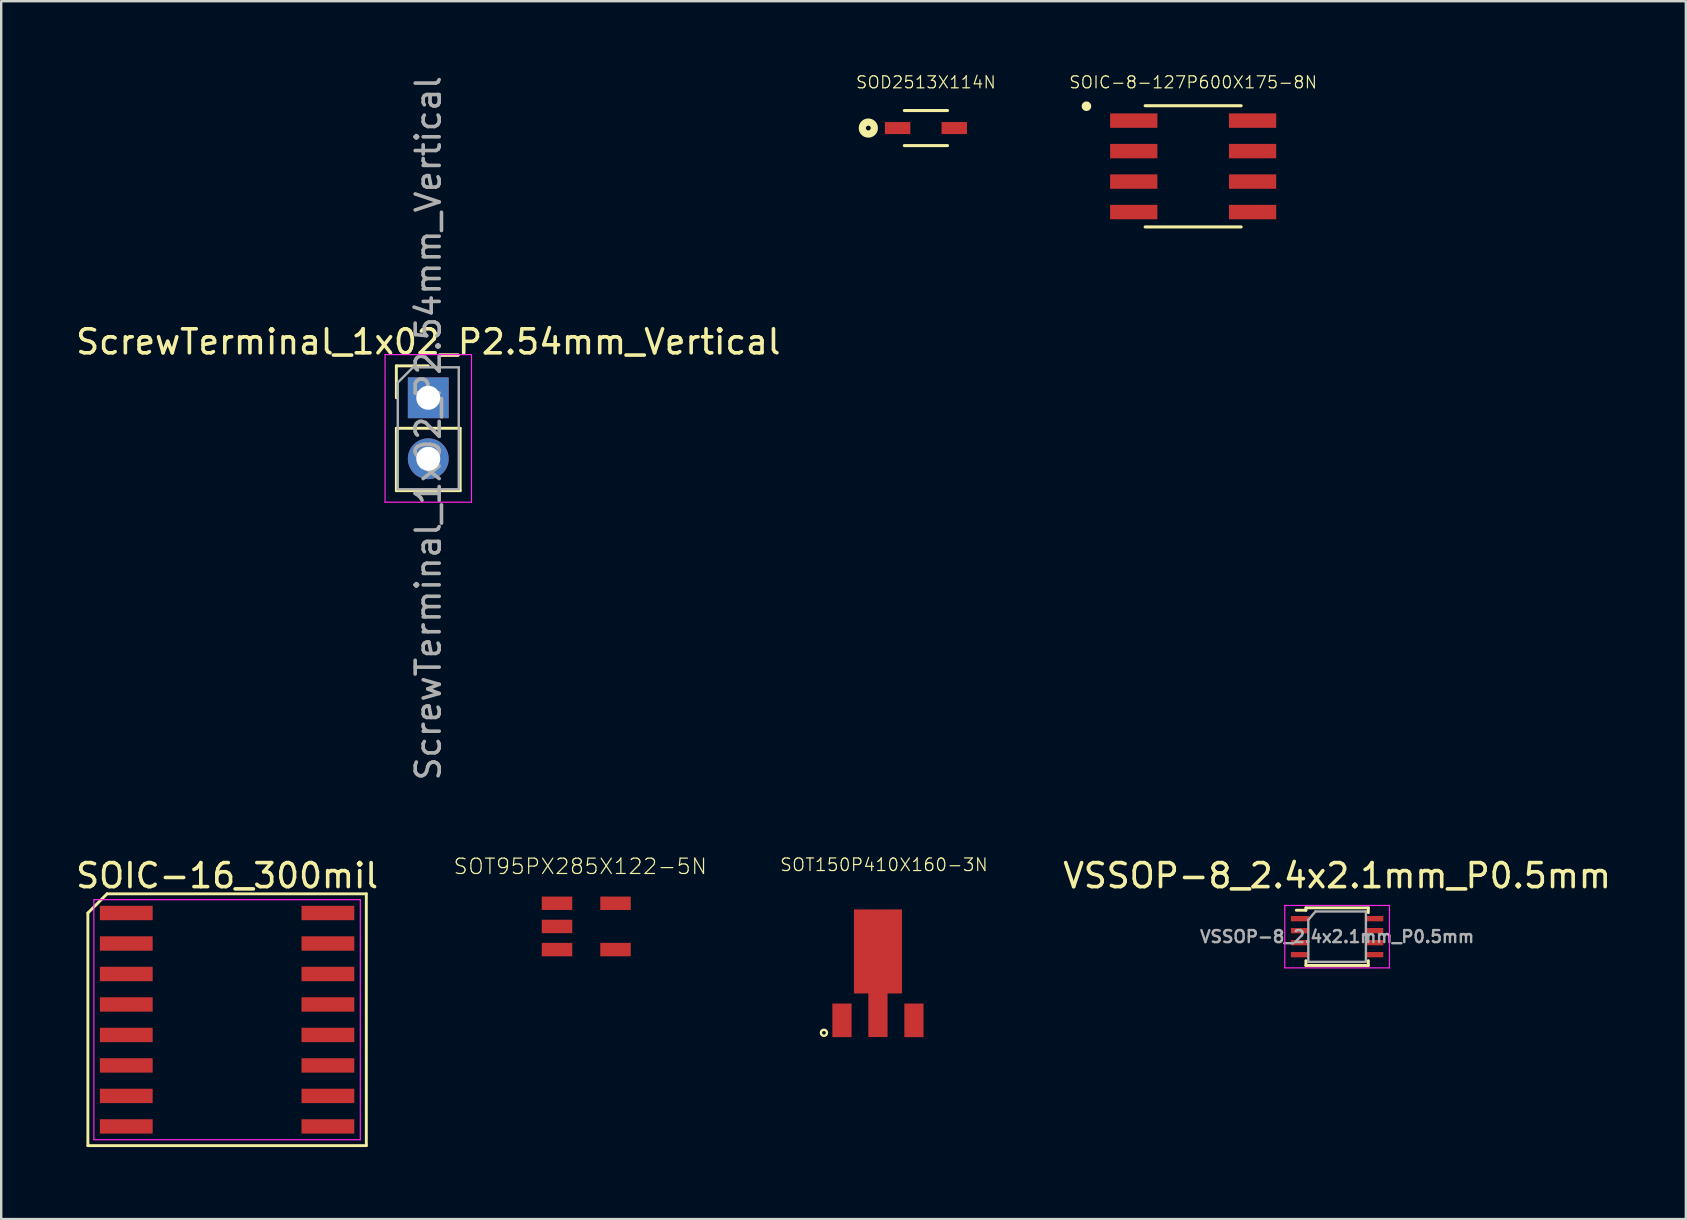
<source format=kicad_pcb>
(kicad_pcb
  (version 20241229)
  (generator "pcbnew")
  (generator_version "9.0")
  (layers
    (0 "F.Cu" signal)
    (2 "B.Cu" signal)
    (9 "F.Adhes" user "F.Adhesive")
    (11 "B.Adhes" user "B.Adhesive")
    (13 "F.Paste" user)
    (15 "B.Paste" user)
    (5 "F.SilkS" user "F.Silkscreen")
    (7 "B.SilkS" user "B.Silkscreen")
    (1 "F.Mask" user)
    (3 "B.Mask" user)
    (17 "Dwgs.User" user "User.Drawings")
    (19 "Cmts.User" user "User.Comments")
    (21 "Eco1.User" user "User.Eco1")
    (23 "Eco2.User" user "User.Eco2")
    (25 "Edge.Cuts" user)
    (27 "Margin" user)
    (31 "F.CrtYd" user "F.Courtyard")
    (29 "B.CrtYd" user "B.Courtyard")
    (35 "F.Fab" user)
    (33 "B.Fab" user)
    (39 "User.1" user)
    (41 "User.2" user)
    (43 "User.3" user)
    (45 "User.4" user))
  (footprint "SOT150P410X160-3N"
    (layer "F.Cu")
    (at 33.526 37.477)
    (property "Reference" "SOT150P410X160-3N" (at 0.25 -4.5 0) (layer "F.SilkS") (effects (font (size 0.524 0.524) (thickness 0.05))))
    (attr smd)
    (fp_circle (center -2.25 2.5) (end -2.123 2.5) (stroke (width 0.1) (type solid)) (fill no) (layer "F.SilkS"))
    (fp_line (start -2.75 -3) (end 2.75 -3) (stroke (width 0.127) (type solid)) (layer "Eco1.User"))
    (fp_line (start -2.75 3) (end -2.75 -3) (stroke (width 0.127) (type solid)) (layer "Eco1.User"))
    (fp_line (start 2.75 -3) (end 2.75 3) (stroke (width 0.127) (type solid)) (layer "Eco1.User"))
    (fp_line (start 2.75 3) (end -2.75 3) (stroke (width 0.127) (type solid)) (layer "Eco1.User"))
    (fp_line (start -0.787 -1.575) (end -0.356 -2.007) (stroke (width 0.203) (type solid)) (layer "Eco2.User"))
    (fp_line (start -0.787 -1.295) (end -0.787 -1.575) (stroke (width 0.203) (type solid)) (layer "Eco2.User"))
    (fp_line (start -0.356 -2.007) (end 0.356 -2.007) (stroke (width 0.203) (type solid)) (layer "Eco2.User"))
    (fp_line (start 0.356 -2.007) (end 0.787 -1.575) (stroke (width 0.203) (type solid)) (layer "Eco2.User"))
    (fp_line (start 0.787 -1.575) (end 0.787 -1.295) (stroke (width 0.203) (type solid)) (layer "Eco2.User"))
    (fp_line (start 0.787 -1.295) (end -0.787 -1.295) (stroke (width 0.203) (type solid)) (layer "Eco2.User"))
    (fp_poly (pts (xy -0.787 -1.321) (xy -0.787 -1.575) (xy -0.356 -2.007) (xy 0.305 -2.007) (xy 0.356 -2.007) (xy 0.787 -1.575) (xy 0.787 -1.295) (xy -0.787 -1.295)) (stroke (width 0.2) (type solid)) (fill no) (layer "Eco2.User"))
    (pad "1" smd rect (at -1.499 1.981) (size 0.8 1.4) (layers "F.Cu" "F.Mask" "F.Paste"))
    (pad "2" smd rect (at 0 -0.889) (size 2 3.5) (layers "F.Cu" "F.Mask" "F.Paste"))
    (pad "2" smd rect (at 0 1.727) (size 0.8 1.9) (layers "F.Cu" "F.Mask" "F.Paste"))
    (pad "3" smd rect (at 1.499 1.981) (size 0.8 1.4) (layers "F.Cu" "F.Mask" "F.Paste")))
  (footprint "SOIC-8-127P600X175-8N"
    (layer "F.Cu")
    (at 46.658 3.88)
    (property "Reference" "SOIC-8-127P600X175-8N" (at 0 -3.5 0) (layer "F.SilkS") (effects (font (size 0.5 0.5) (thickness 0.05))))
    (attr smd)
    (fp_line (start -2 -2.525) (end 2 -2.525) (stroke (width 0.127) (type solid)) (layer "F.SilkS"))
    (fp_line (start -2 2.525) (end 2 2.525) (stroke (width 0.127) (type solid)) (layer "F.SilkS"))
    (fp_circle (center -4.445 -2.505) (end -4.345 -2.505) (stroke (width 0.2) (type solid)) (fill no) (layer "F.SilkS"))
    (fp_line (start -3.71 -2.75) (end -3.71 2.75) (stroke (width 0.05) (type solid)) (layer "Eco1.User"))
    (fp_line (start -3.71 -2.75) (end 3.71 -2.75) (stroke (width 0.05) (type solid)) (layer "Eco1.User"))
    (fp_line (start -3.71 2.75) (end 3.71 2.75) (stroke (width 0.05) (type solid)) (layer "Eco1.User"))
    (fp_line (start 3.71 -2.75) (end 3.71 2.75) (stroke (width 0.05) (type solid)) (layer "Eco1.User"))
    (fp_line (start -2 -2.5) (end -2 2.5) (stroke (width 0.127) (type solid)) (layer "Eco2.User"))
    (fp_line (start -2 -2.5) (end 2 -2.5) (stroke (width 0.127) (type solid)) (layer "Eco2.User"))
    (fp_line (start -2 2.5) (end 2 2.5) (stroke (width 0.127) (type solid)) (layer "Eco2.User"))
    (fp_line (start 2 -2.5) (end 2 2.5) (stroke (width 0.127) (type solid)) (layer "Eco2.User"))
    (fp_circle (center -4.445 -2.505) (end -4.345 -2.505) (stroke (width 0.2) (type solid)) (fill no) (layer "Eco2.User"))
    (pad "1" smd rect (at -2.475 -1.905) (size 1.97 0.6) (layers "F.Cu" "F.Mask" "F.Paste"))
    (pad "2" smd rect (at -2.475 -0.635) (size 1.97 0.6) (layers "F.Cu" "F.Mask" "F.Paste"))
    (pad "3" smd rect (at -2.475 0.635) (size 1.97 0.6) (layers "F.Cu" "F.Mask" "F.Paste"))
    (pad "4" smd rect (at -2.475 1.905) (size 1.97 0.6) (layers "F.Cu" "F.Mask" "F.Paste"))
    (pad "5" smd rect (at 2.475 1.905) (size 1.97 0.6) (layers "F.Cu" "F.Mask" "F.Paste"))
    (pad "6" smd rect (at 2.475 0.635) (size 1.97 0.6) (layers "F.Cu" "F.Mask" "F.Paste"))
    (pad "7" smd rect (at 2.475 -0.635) (size 1.97 0.6) (layers "F.Cu" "F.Mask" "F.Paste"))
    (pad "8" smd rect (at 2.475 -1.905) (size 1.97 0.6) (layers "F.Cu" "F.Mask" "F.Paste")))
  (footprint "SOIC-16_300mil"
    (layer "F.Cu")
    (at 6.411 39.432)
    (property "Reference" "SOIC-16_300mil" (at 0 -6 180) (layer "F.SilkS") (effects (font (size 1 1) (thickness 0.15))))
    (attr smd)
    (fp_line (start -5.8 -4.445) (end -5 -5.245) (stroke (width 0.12) (type solid)) (layer "F.SilkS"))
    (fp_line (start -5.8 5.245) (end -5.8 -4.445) (stroke (width 0.12) (type solid)) (layer "F.SilkS"))
    (fp_line (start -5 -5.245) (end 5.8 -5.245) (stroke (width 0.12) (type solid)) (layer "F.SilkS"))
    (fp_line (start 5.8 -5.245) (end 5.8 5.245) (stroke (width 0.12) (type solid)) (layer "F.SilkS"))
    (fp_line (start 5.8 5.245) (end -5.8 5.245) (stroke (width 0.12) (type solid)) (layer "F.SilkS"))
    (fp_line (start -5.55 -5) (end 5.55 -5) (stroke (width 0.05) (type solid)) (layer "F.CrtYd"))
    (fp_line (start -5.55 5) (end -5.55 -5) (stroke (width 0.05) (type solid)) (layer "F.CrtYd"))
    (fp_line (start 5.55 -5) (end 5.55 5) (stroke (width 0.05) (type solid)) (layer "F.CrtYd"))
    (fp_line (start 5.55 5) (end -5.55 5) (stroke (width 0.05) (type solid)) (layer "F.CrtYd"))
    (pad "1" smd rect (at -4.2 -4.445 270) (size 0.6 2.2) (layers "F.Cu" "F.Mask" "F.Paste"))
    (pad "2" smd rect (at -4.2 -3.175 270) (size 0.6 2.2) (layers "F.Cu" "F.Mask" "F.Paste"))
    (pad "3" smd rect (at -4.2 -1.905 270) (size 0.6 2.2) (layers "F.Cu" "F.Mask" "F.Paste"))
    (pad "4" smd rect (at -4.2 -0.635 270) (size 0.6 2.2) (layers "F.Cu" "F.Mask" "F.Paste"))
    (pad "5" smd rect (at -4.2 0.635 270) (size 0.6 2.2) (layers "F.Cu" "F.Mask" "F.Paste"))
    (pad "6" smd rect (at -4.2 1.905 270) (size 0.6 2.2) (layers "F.Cu" "F.Mask" "F.Paste"))
    (pad "7" smd rect (at -4.2 3.175 270) (size 0.6 2.2) (layers "F.Cu" "F.Mask" "F.Paste"))
    (pad "8" smd rect (at -4.2 4.445 270) (size 0.6 2.2) (layers "F.Cu" "F.Mask" "F.Paste"))
    (pad "9" smd rect (at 4.2 4.445 270) (size 0.6 2.2) (layers "F.Cu" "F.Mask" "F.Paste"))
    (pad "10" smd rect (at 4.2 3.175 270) (size 0.6 2.2) (layers "F.Cu" "F.Mask" "F.Paste"))
    (pad "11" smd rect (at 4.2 1.905 270) (size 0.6 2.2) (layers "F.Cu" "F.Mask" "F.Paste"))
    (pad "12" smd rect (at 4.2 0.635 270) (size 0.6 2.2) (layers "F.Cu" "F.Mask" "F.Paste"))
    (pad "13" smd rect (at 4.2 -0.635 270) (size 0.6 2.2) (layers "F.Cu" "F.Mask" "F.Paste"))
    (pad "14" smd rect (at 4.2 -1.905 270) (size 0.6 2.2) (layers "F.Cu" "F.Mask" "F.Paste"))
    (pad "15" smd rect (at 4.2 -3.175 270) (size 0.6 2.2) (layers "F.Cu" "F.Mask" "F.Paste"))
    (pad "16" smd rect (at 4.2 -4.445 270) (size 0.6 2.2) (layers "F.Cu" "F.Mask" "F.Paste")))
  (footprint "SOD2513X114N"
    (layer "F.Cu")
    (at 35.525 2.285)
    (property "Reference" "SOD2513X114N" (at 0 -1.905 0) (layer "F.SilkS") (effects (font (size 0.5 0.5) (thickness 0.05))))
    (attr smd)
    (fp_line (start -0.9 -0.73) (end 0.9 -0.73) (stroke (width 0.127) (type solid)) (layer "F.SilkS"))
    (fp_line (start 0.9 0.73) (end -0.9 0.73) (stroke (width 0.127) (type solid)) (layer "F.SilkS"))
    (fp_circle (center -2.4 0) (end -2.3 0) (stroke (width 0.3) (type solid)) (fill no) (layer "F.SilkS"))
    (fp_line (start -1.96 -0.98) (end 1.96 -0.98) (stroke (width 0.05) (type solid)) (layer "Eco1.User"))
    (fp_line (start -1.96 0.98) (end -1.96 -0.98) (stroke (width 0.05) (type solid)) (layer "Eco1.User"))
    (fp_line (start 1.96 -0.98) (end 1.96 0.98) (stroke (width 0.05) (type solid)) (layer "Eco1.User"))
    (fp_line (start 1.96 0.98) (end -1.96 0.98) (stroke (width 0.05) (type solid)) (layer "Eco1.User"))
    (fp_line (start -0.95 -0.73) (end 0.95 -0.73) (stroke (width 0.127) (type solid)) (layer "Eco2.User"))
    (fp_line (start -0.95 0.73) (end -0.95 -0.73) (stroke (width 0.127) (type solid)) (layer "Eco2.User"))
    (fp_line (start 0.95 -0.73) (end 0.95 0.73) (stroke (width 0.127) (type solid)) (layer "Eco2.User"))
    (fp_line (start 0.95 0.73) (end -0.95 0.73) (stroke (width 0.127) (type solid)) (layer "Eco2.User"))
    (fp_circle (center -2.4 0) (end -2.3 0) (stroke (width 0.3) (type solid)) (fill no) (layer "Eco2.User"))
    (pad "1" smd rect (at -1.18 0) (size 1.06 0.5) (layers "F.Cu" "F.Mask" "F.Paste"))
    (pad "2" smd rect (at 1.18 0) (size 1.06 0.5) (layers "F.Cu" "F.Mask" "F.Paste")))
  (footprint "SOT95PX285X122-5N"
    (layer "F.Cu")
    (at 21.374 35.546)
    (property "Reference" "SOT95PX285X122-5N" (at -0.25 -2.5 0) (layer "F.SilkS") (effects (font (size 0.64 0.64) (thickness 0.05))))
    (attr smd)
    (fp_circle (center -1.25 -1.5) (end -1.2 -1.5) (stroke (width 0.12) (type solid)) (fill no) (layer "B.Paste"))
    (fp_line (start -1.499 -1.219) (end -1.499 -0.686) (stroke (width 0.152) (type solid)) (layer "Eco2.User"))
    (fp_line (start -1.499 -0.686) (end -0.838 -0.711) (stroke (width 0.152) (type solid)) (layer "Eco2.User"))
    (fp_line (start -1.499 -0.254) (end -1.499 0.254) (stroke (width 0.152) (type solid)) (layer "Eco2.User"))
    (fp_line (start -1.499 0.254) (end -0.838 0.254) (stroke (width 0.152) (type solid)) (layer "Eco2.User"))
    (fp_line (start -1.499 0.711) (end -1.499 1.219) (stroke (width 0.152) (type solid)) (layer "Eco2.User"))
    (fp_line (start -1.499 1.219) (end -0.838 1.219) (stroke (width 0.152) (type solid)) (layer "Eco2.User"))
    (fp_line (start -0.838 -1.499) (end -0.838 1.499) (stroke (width 0.152) (type solid)) (layer "Eco2.User"))
    (fp_line (start -0.838 -1.219) (end -1.499 -1.219) (stroke (width 0.152) (type solid)) (layer "Eco2.User"))
    (fp_line (start -0.838 -0.711) (end -0.838 -1.219) (stroke (width 0.152) (type solid)) (layer "Eco2.User"))
    (fp_line (start -0.838 -0.254) (end -1.499 -0.254) (stroke (width 0.152) (type solid)) (layer "Eco2.User"))
    (fp_line (start -0.838 0.254) (end -0.838 -0.254) (stroke (width 0.152) (type solid)) (layer "Eco2.User"))
    (fp_line (start -0.838 0.711) (end -1.499 0.711) (stroke (width 0.152) (type solid)) (layer "Eco2.User"))
    (fp_line (start -0.838 1.219) (end -0.838 0.711) (stroke (width 0.152) (type solid)) (layer "Eco2.User"))
    (fp_line (start -0.838 1.499) (end 0.838 1.499) (stroke (width 0.152) (type solid)) (layer "Eco2.User"))
    (fp_line (start 0.838 -1.499) (end -0.838 -1.499) (stroke (width 0.152) (type solid)) (layer "Eco2.User"))
    (fp_line (start 0.838 -1.219) (end 0.838 -0.711) (stroke (width 0.152) (type solid)) (layer "Eco2.User"))
    (fp_line (start 0.838 -0.711) (end 1.499 -0.711) (stroke (width 0.152) (type solid)) (layer "Eco2.User"))
    (fp_line (start 0.838 0.711) (end 0.838 1.219) (stroke (width 0.152) (type solid)) (layer "Eco2.User"))
    (fp_line (start 0.838 1.219) (end 1.499 1.219) (stroke (width 0.152) (type solid)) (layer "Eco2.User"))
    (fp_line (start 0.838 1.499) (end 0.838 -1.499) (stroke (width 0.152) (type solid)) (layer "Eco2.User"))
    (fp_line (start 1.499 -1.219) (end 0.838 -1.219) (stroke (width 0.152) (type solid)) (layer "Eco2.User"))
    (fp_line (start 1.499 -0.711) (end 1.499 -1.219) (stroke (width 0.152) (type solid)) (layer "Eco2.User"))
    (fp_line (start 1.499 0.711) (end 0.838 0.711) (stroke (width 0.152) (type solid)) (layer "Eco2.User"))
    (fp_line (start 1.499 1.219) (end 1.499 0.711) (stroke (width 0.152) (type solid)) (layer "Eco2.User"))
    (pad "1" smd rect (at -1.219 -0.965) (size 1.27 0.559) (layers "F.Cu" "F.Mask" "F.Paste"))
    (pad "2" smd rect (at -1.219 0) (size 1.27 0.559) (layers "F.Cu" "F.Mask" "F.Paste"))
    (pad "3" smd rect (at -1.219 0.965) (size 1.27 0.559) (layers "F.Cu" "F.Mask" "F.Paste"))
    (pad "4" smd rect (at 1.219 0.965) (size 1.27 0.559) (layers "F.Cu" "F.Mask" "F.Paste"))
    (pad "5" smd rect (at 1.219 -0.965) (size 1.27 0.559) (layers "F.Cu" "F.Mask" "F.Paste")))
  (footprint "ScrewTerminal_1x02_P2.54mm_Vertical"
    (layer "F.Cu")
    (at 14.792 13.522)
    (property "Reference" "ScrewTerminal_1x02_P2.54mm_Vertical" (at 0 -2.33 0) (layer "F.SilkS") (effects (font (size 1 1) (thickness 0.15))))
    (attr through_hole)
    (fp_line (start -1.33 -1.33) (end 0 -1.33) (stroke (width 0.12) (type solid)) (layer "F.SilkS"))
    (fp_line (start -1.33 0) (end -1.33 -1.33) (stroke (width 0.12) (type solid)) (layer "F.SilkS"))
    (fp_line (start -1.33 1.27) (end -1.33 3.87) (stroke (width 0.12) (type solid)) (layer "F.SilkS"))
    (fp_line (start -1.33 1.27) (end 1.33 1.27) (stroke (width 0.12) (type solid)) (layer "F.SilkS"))
    (fp_line (start -1.33 3.87) (end 1.33 3.87) (stroke (width 0.12) (type solid)) (layer "F.SilkS"))
    (fp_line (start 1.33 1.27) (end 1.33 3.87) (stroke (width 0.12) (type solid)) (layer "F.SilkS"))
    (fp_line (start -1.8 -1.8) (end -1.8 4.35) (stroke (width 0.05) (type solid)) (layer "F.CrtYd"))
    (fp_line (start -1.8 4.35) (end 1.8 4.35) (stroke (width 0.05) (type solid)) (layer "F.CrtYd"))
    (fp_line (start 1.8 -1.8) (end -1.8 -1.8) (stroke (width 0.05) (type solid)) (layer "F.CrtYd"))
    (fp_line (start 1.8 4.35) (end 1.8 -1.8) (stroke (width 0.05) (type solid)) (layer "F.CrtYd"))
    (fp_line (start -1.27 -0.635) (end -0.635 -1.27) (stroke (width 0.1) (type solid)) (layer "F.Fab"))
    (fp_line (start -1.27 3.81) (end -1.27 -0.635) (stroke (width 0.1) (type solid)) (layer "F.Fab"))
    (fp_line (start -0.635 -1.27) (end 1.27 -1.27) (stroke (width 0.1) (type solid)) (layer "F.Fab"))
    (fp_line (start 1.27 -1.27) (end 1.27 3.81) (stroke (width 0.1) (type solid)) (layer "F.Fab"))
    (fp_line (start 1.27 3.81) (end -1.27 3.81) (stroke (width 0.1) (type solid)) (layer "F.Fab"))
    (fp_text user "${REFERENCE}" (at 0 1.27 90) (layer "F.Fab") (effects (font (size 1 1) (thickness 0.15))))
    (pad "1" thru_hole rect (at 0 0) (size 1.7 1.7) (drill 1) (layers "*.Cu" "*.Mask"))
    (pad "2" thru_hole oval (at 0 2.54) (size 1.7 1.7) (drill 1) (layers "*.Cu" "*.Mask")))
  (footprint "VSSOP-8_2.4x2.1mm_P0.5mm"
    (layer "F.Cu")
    (at 52.655 35.972)
    (property "Reference" "VSSOP-8_2.4x2.1mm_P0.5mm" (at 0 -2.54 0) (layer "F.SilkS") (effects (font (size 1 1) (thickness 0.15))))
    (attr smd)
    (fp_line (start -1.3 -1.2) (end -1.3 -1.1) (stroke (width 0.12) (type solid)) (layer "F.SilkS"))
    (fp_line (start -1.3 -1.1) (end -1.7 -1.1) (stroke (width 0.12) (type solid)) (layer "F.SilkS"))
    (fp_line (start -1.3 1.2) (end -1.3 1) (stroke (width 0.12) (type solid)) (layer "F.SilkS"))
    (fp_line (start -1.3 1.2) (end 1.3 1.2) (stroke (width 0.12) (type solid)) (layer "F.SilkS"))
    (fp_line (start 1.3 -1.2) (end -1.3 -1.2) (stroke (width 0.12) (type solid)) (layer "F.SilkS"))
    (fp_line (start 1.3 -1) (end 1.3 -1.2) (stroke (width 0.12) (type solid)) (layer "F.SilkS"))
    (fp_line (start 1.3 1.2) (end 1.3 1) (stroke (width 0.12) (type solid)) (layer "F.SilkS"))
    (fp_line (start -2.18 -1.3) (end 2.18 -1.3) (stroke (width 0.05) (type solid)) (layer "F.CrtYd"))
    (fp_line (start -2.18 1.3) (end -2.18 -1.3) (stroke (width 0.05) (type solid)) (layer "F.CrtYd"))
    (fp_line (start 2.18 -1.3) (end 2.18 1.3) (stroke (width 0.05) (type solid)) (layer "F.CrtYd"))
    (fp_line (start 2.18 1.3) (end -2.18 1.3) (stroke (width 0.05) (type solid)) (layer "F.CrtYd"))
    (fp_line (start -1.2 -0.7) (end -1.2 1.05) (stroke (width 0.1) (type solid)) (layer "F.Fab"))
    (fp_line (start -1.2 1.05) (end 1.2 1.05) (stroke (width 0.1) (type solid)) (layer "F.Fab"))
    (fp_line (start -0.9 -1.05) (end -1.2 -0.7) (stroke (width 0.1) (type solid)) (layer "F.Fab"))
    (fp_line (start 1.2 -1.05) (end -0.9 -1.05) (stroke (width 0.1) (type solid)) (layer "F.Fab"))
    (fp_line (start 1.2 1.05) (end 1.2 -1.05) (stroke (width 0.1) (type solid)) (layer "F.Fab"))
    (fp_text user "${REFERENCE}" (at 0 0 0) (layer "F.Fab") (effects (font (size 0.5 0.5) (thickness 0.1))))
    (pad "1" smd rect (at -1.55 -0.75) (size 0.75 0.22) (layers "F.Cu" "F.Mask" "F.Paste"))
    (pad "2" smd rect (at -1.55 -0.25) (size 0.75 0.22) (layers "F.Cu" "F.Mask" "F.Paste"))
    (pad "3" smd rect (at -1.55 0.25) (size 0.75 0.22) (layers "F.Cu" "F.Mask" "F.Paste"))
    (pad "4" smd rect (at -1.55 0.75) (size 0.75 0.22) (layers "F.Cu" "F.Mask" "F.Paste"))
    (pad "5" smd rect (at 1.55 0.75) (size 0.75 0.22) (layers "F.Cu" "F.Mask" "F.Paste"))
    (pad "6" smd rect (at 1.55 0.25) (size 0.75 0.22) (layers "F.Cu" "F.Mask" "F.Paste"))
    (pad "7" smd rect (at 1.55 -0.25) (size 0.75 0.22) (layers "F.Cu" "F.Mask" "F.Paste"))
    (pad "8" smd rect (at 1.55 -0.75) (size 0.75 0.22) (layers "F.Cu" "F.Mask" "F.Paste")))
  (gr_rect
    (start -3 -3)
    (end 67.184 47.737)
    (stroke (width 0.1) (type default))
    (fill no)
    (layer "Edge.Cuts")))
</source>
